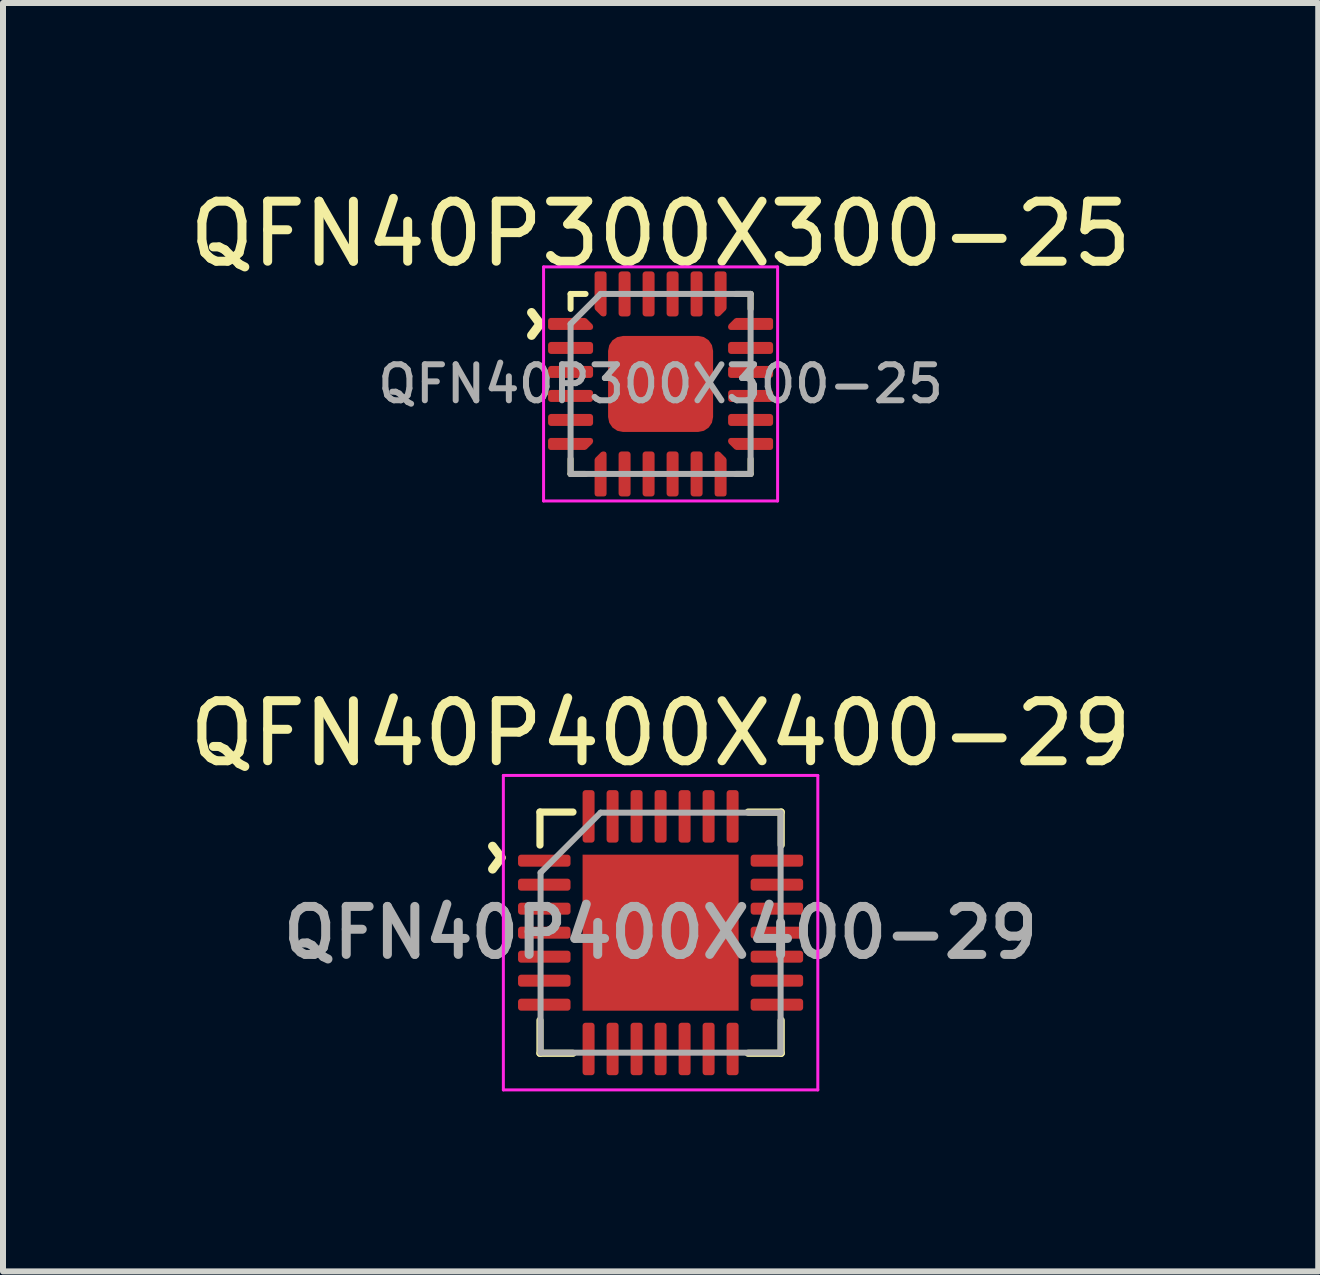
<source format=kicad_pcb>
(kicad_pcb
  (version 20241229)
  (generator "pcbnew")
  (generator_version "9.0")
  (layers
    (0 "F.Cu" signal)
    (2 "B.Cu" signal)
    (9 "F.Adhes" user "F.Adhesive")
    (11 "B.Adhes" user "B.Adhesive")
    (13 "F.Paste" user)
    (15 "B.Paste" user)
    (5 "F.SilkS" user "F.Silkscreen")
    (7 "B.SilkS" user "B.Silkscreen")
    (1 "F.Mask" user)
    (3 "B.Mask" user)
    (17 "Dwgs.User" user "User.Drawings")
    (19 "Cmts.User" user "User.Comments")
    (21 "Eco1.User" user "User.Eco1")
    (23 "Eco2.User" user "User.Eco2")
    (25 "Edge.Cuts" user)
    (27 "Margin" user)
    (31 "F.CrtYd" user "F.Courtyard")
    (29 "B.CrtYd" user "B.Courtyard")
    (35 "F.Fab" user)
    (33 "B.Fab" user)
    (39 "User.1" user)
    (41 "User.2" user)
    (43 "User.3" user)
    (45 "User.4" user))
  (footprint "QFN40P400X400-29"
    (layer "F.Cu")
    (at 7.958 12.492)
    (property "Reference" "QFN40P400X400-29" (at 0 -3.32 0) (layer "F.SilkS") (effects (font (size 1 1) (thickness 0.15))))
    (attr smd)
    (fp_line (start -2.01 -2.01) (end -1.46 -2.01) (stroke (width 0.12) (type solid)) (layer "F.SilkS"))
    (fp_line (start -2.01 -1.46) (end -2.01 -2.01) (stroke (width 0.12) (type solid)) (layer "F.SilkS"))
    (fp_line (start -2.01 2.01) (end -2.01 1.46) (stroke (width 0.12) (type solid)) (layer "F.SilkS"))
    (fp_line (start -1.46 2.01) (end -2.01 2.01) (stroke (width 0.12) (type solid)) (layer "F.SilkS"))
    (fp_line (start 1.46 -2.01) (end 2.01 -2.01) (stroke (width 0.12) (type solid)) (layer "F.SilkS"))
    (fp_line (start 2.01 -2.01) (end 2.01 -1.46) (stroke (width 0.12) (type solid)) (layer "F.SilkS"))
    (fp_line (start 2.01 1.46) (end 2.01 2.01) (stroke (width 0.12) (type solid)) (layer "F.SilkS"))
    (fp_line (start 2.01 2.01) (end 1.46 2.01) (stroke (width 0.12) (type solid)) (layer "F.SilkS"))
    (fp_line (start -2.62 -2.62) (end -2.62 2.62) (stroke (width 0.05) (type solid)) (layer "F.CrtYd"))
    (fp_line (start -2.62 2.62) (end 2.62 2.62) (stroke (width 0.05) (type solid)) (layer "F.CrtYd"))
    (fp_line (start 2.62 -2.62) (end -2.62 -2.62) (stroke (width 0.05) (type solid)) (layer "F.CrtYd"))
    (fp_line (start 2.62 2.62) (end 2.62 -2.62) (stroke (width 0.05) (type solid)) (layer "F.CrtYd"))
    (fp_line (start -2 -1) (end -1 -2) (stroke (width 0.1) (type solid)) (layer "F.Fab"))
    (fp_line (start -2 2) (end -2 -1) (stroke (width 0.1) (type solid)) (layer "F.Fab"))
    (fp_line (start -1 -2) (end 2 -2) (stroke (width 0.1) (type solid)) (layer "F.Fab"))
    (fp_line (start 2 -2) (end 2 2) (stroke (width 0.1) (type solid)) (layer "F.Fab"))
    (fp_line (start 2 2) (end -2 2) (stroke (width 0.1) (type solid)) (layer "F.Fab"))
    (fp_text user "^" (at -3.25 -1.25 270) (unlocked yes) (layer "F.SilkS") (effects (font (size 1 1) (thickness 0.15))))
    (fp_text user "${REFERENCE}" (at 0 0 0) (layer "F.Fab") (effects (font (size 0.8 0.8) (thickness 0.15))))
    (pad "" smd roundrect (at -0.65 -0.65) (size 1.05 1.05) (layers "F.Paste") (roundrect_rratio 0.238))
    (pad "" smd roundrect (at -0.65 0.65) (size 1.05 1.05) (layers "F.Paste") (roundrect_rratio 0.238))
    (pad "" smd roundrect (at 0.65 -0.65) (size 1.05 1.05) (layers "F.Paste") (roundrect_rratio 0.238))
    (pad "" smd roundrect (at 0.65 0.65) (size 1.05 1.05) (layers "F.Paste") (roundrect_rratio 0.238))
    (pad "1" smd roundrect (at -1.938 -1.2) (size 0.875 0.2) (layers "F.Cu" "F.Mask" "F.Paste") (roundrect_rratio 0.25))
    (pad "2" smd roundrect (at -1.938 -0.8) (size 0.875 0.2) (layers "F.Cu" "F.Mask" "F.Paste") (roundrect_rratio 0.25))
    (pad "3" smd roundrect (at -1.938 -0.4) (size 0.875 0.2) (layers "F.Cu" "F.Mask" "F.Paste") (roundrect_rratio 0.25))
    (pad "4" smd roundrect (at -1.938 0) (size 0.875 0.2) (layers "F.Cu" "F.Mask" "F.Paste") (roundrect_rratio 0.25))
    (pad "5" smd roundrect (at -1.938 0.4) (size 0.875 0.2) (layers "F.Cu" "F.Mask" "F.Paste") (roundrect_rratio 0.25))
    (pad "6" smd roundrect (at -1.938 0.8) (size 0.875 0.2) (layers "F.Cu" "F.Mask" "F.Paste") (roundrect_rratio 0.25))
    (pad "7" smd roundrect (at -1.938 1.2) (size 0.875 0.2) (layers "F.Cu" "F.Mask" "F.Paste") (roundrect_rratio 0.25))
    (pad "8" smd roundrect (at -1.2 1.938) (size 0.2 0.875) (layers "F.Cu" "F.Mask" "F.Paste") (roundrect_rratio 0.25))
    (pad "9" smd roundrect (at -0.8 1.938) (size 0.2 0.875) (layers "F.Cu" "F.Mask" "F.Paste") (roundrect_rratio 0.25))
    (pad "10" smd roundrect (at -0.4 1.938) (size 0.2 0.875) (layers "F.Cu" "F.Mask" "F.Paste") (roundrect_rratio 0.25))
    (pad "11" smd roundrect (at 0 1.938) (size 0.2 0.875) (layers "F.Cu" "F.Mask" "F.Paste") (roundrect_rratio 0.25))
    (pad "12" smd roundrect (at 0.4 1.938) (size 0.2 0.875) (layers "F.Cu" "F.Mask" "F.Paste") (roundrect_rratio 0.25))
    (pad "13" smd roundrect (at 0.8 1.938) (size 0.2 0.875) (layers "F.Cu" "F.Mask" "F.Paste") (roundrect_rratio 0.25))
    (pad "14" smd roundrect (at 1.2 1.938) (size 0.2 0.875) (layers "F.Cu" "F.Mask" "F.Paste") (roundrect_rratio 0.25))
    (pad "15" smd roundrect (at 1.938 1.2) (size 0.875 0.2) (layers "F.Cu" "F.Mask" "F.Paste") (roundrect_rratio 0.25))
    (pad "16" smd roundrect (at 1.938 0.8) (size 0.875 0.2) (layers "F.Cu" "F.Mask" "F.Paste") (roundrect_rratio 0.25))
    (pad "17" smd roundrect (at 1.938 0.4) (size 0.875 0.2) (layers "F.Cu" "F.Mask" "F.Paste") (roundrect_rratio 0.25))
    (pad "18" smd roundrect (at 1.938 0) (size 0.875 0.2) (layers "F.Cu" "F.Mask" "F.Paste") (roundrect_rratio 0.25))
    (pad "19" smd roundrect (at 1.938 -0.4) (size 0.875 0.2) (layers "F.Cu" "F.Mask" "F.Paste") (roundrect_rratio 0.25))
    (pad "20" smd roundrect (at 1.938 -0.8) (size 0.875 0.2) (layers "F.Cu" "F.Mask" "F.Paste") (roundrect_rratio 0.25))
    (pad "21" smd roundrect (at 1.938 -1.2) (size 0.875 0.2) (layers "F.Cu" "F.Mask" "F.Paste") (roundrect_rratio 0.25))
    (pad "22" smd roundrect (at 1.2 -1.938) (size 0.2 0.875) (layers "F.Cu" "F.Mask" "F.Paste") (roundrect_rratio 0.25))
    (pad "23" smd roundrect (at 0.8 -1.938) (size 0.2 0.875) (layers "F.Cu" "F.Mask" "F.Paste") (roundrect_rratio 0.25))
    (pad "24" smd roundrect (at 0.4 -1.938) (size 0.2 0.875) (layers "F.Cu" "F.Mask" "F.Paste") (roundrect_rratio 0.25))
    (pad "25" smd roundrect (at 0 -1.938) (size 0.2 0.875) (layers "F.Cu" "F.Mask" "F.Paste") (roundrect_rratio 0.25))
    (pad "26" smd roundrect (at -0.4 -1.938) (size 0.2 0.875) (layers "F.Cu" "F.Mask" "F.Paste") (roundrect_rratio 0.25))
    (pad "27" smd roundrect (at -0.8 -1.938) (size 0.2 0.875) (layers "F.Cu" "F.Mask" "F.Paste") (roundrect_rratio 0.25))
    (pad "28" smd roundrect (at -1.2 -1.938) (size 0.2 0.875) (layers "F.Cu" "F.Mask" "F.Paste") (roundrect_rratio 0.25))
    (pad "29" smd rect (at 0 0) (size 2.6 2.6) (layers "F.Cu" "F.Mask")))
  (footprint "QFN40P300X300-25"
    (layer "F.Cu")
    (at 7.958 3.348)
    (property "Reference" "QFN40P300X300-25" (at 0 -2.5 0) (layer "F.SilkS") (effects (font (size 1 1) (thickness 0.15))))
    (attr smd)
    (fp_line (start -1.5 -1.5) (end -1.25 -1.5) (stroke (width 0.1) (type solid)) (layer "F.SilkS"))
    (fp_line (start -1.5 -1.25) (end -1.5 -1.5) (stroke (width 0.1) (type solid)) (layer "F.SilkS"))
    (fp_line (start -1.5 1.5) (end -1.5 1.25) (stroke (width 0.1) (type solid)) (layer "F.SilkS"))
    (fp_line (start -1.25 1.5) (end -1.5 1.5) (stroke (width 0.1) (type solid)) (layer "F.SilkS"))
    (fp_line (start 1.25 -1.5) (end 1.5 -1.5) (stroke (width 0.1) (type solid)) (layer "F.SilkS"))
    (fp_line (start 1.5 -1.5) (end 1.5 -1.25) (stroke (width 0.1) (type solid)) (layer "F.SilkS"))
    (fp_line (start 1.5 1.25) (end 1.5 1.5) (stroke (width 0.1) (type solid)) (layer "F.SilkS"))
    (fp_line (start 1.5 1.5) (end 1.25 1.5) (stroke (width 0.1) (type solid)) (layer "F.SilkS"))
    (fp_line (start -1.95 -1.95) (end -1.95 1.95) (stroke (width 0.05) (type solid)) (layer "F.CrtYd"))
    (fp_line (start -1.95 1.95) (end 1.95 1.95) (stroke (width 0.05) (type solid)) (layer "F.CrtYd"))
    (fp_line (start 1.95 -1.95) (end -1.95 -1.95) (stroke (width 0.05) (type solid)) (layer "F.CrtYd"))
    (fp_line (start 1.95 1.95) (end 1.95 -1.95) (stroke (width 0.05) (type solid)) (layer "F.CrtYd"))
    (fp_line (start -1.5 -1) (end -1 -1.5) (stroke (width 0.1) (type solid)) (layer "F.Fab"))
    (fp_line (start -1.5 1.5) (end -1.5 -1) (stroke (width 0.1) (type solid)) (layer "F.Fab"))
    (fp_line (start -1 -1.5) (end 1.5 -1.5) (stroke (width 0.1) (type solid)) (layer "F.Fab"))
    (fp_line (start 1.5 -1.5) (end 1.5 1.5) (stroke (width 0.1) (type solid)) (layer "F.Fab"))
    (fp_line (start 1.5 1.5) (end -1.5 1.5) (stroke (width 0.1) (type solid)) (layer "F.Fab"))
    (fp_text user "^" (at -2.6 -1 270) (unlocked yes) (layer "F.SilkS") (effects (font (size 1 1) (thickness 0.15))))
    (fp_text user "${REFERENCE}" (at 0 0 0) (layer "F.Fab") (effects (font (size 0.6 0.6) (thickness 0.1))))
    (pad "" smd roundrect (at -0.44 -0.4) (size 0.71 0.64) (layers "F.Paste") (roundrect_rratio 0.25))
    (pad "" smd roundrect (at -0.44 0.4) (size 0.71 0.64) (layers "F.Paste") (roundrect_rratio 0.25))
    (pad "" smd roundrect (at 0.44 -0.4) (size 0.71 0.64) (layers "F.Paste") (roundrect_rratio 0.25))
    (pad "" smd roundrect (at 0.44 0.4) (size 0.71 0.64) (layers "F.Paste") (roundrect_rratio 0.25))
    (pad "1" smd custom (at -1.5 -1) (size 0.115 0.115) (layers "F.Cu" "F.Mask" "F.Paste") (options (anchor circle)) (primitives (gr_poly (pts (xy -0.335 -0.06) (xy 0.238 -0.06) (xy 0.335 0.037) (xy 0.335 0.06) (xy -0.335 0.06)) (width 0.08) (fill yes))))
    (pad "2" smd roundrect (at -1.5 -0.6) (size 0.75 0.2) (layers "F.Cu" "F.Mask" "F.Paste") (roundrect_rratio 0.25))
    (pad "3" smd roundrect (at -1.5 -0.2) (size 0.75 0.2) (layers "F.Cu" "F.Mask" "F.Paste") (roundrect_rratio 0.25))
    (pad "4" smd roundrect (at -1.5 0.2) (size 0.75 0.2) (layers "F.Cu" "F.Mask" "F.Paste") (roundrect_rratio 0.25))
    (pad "5" smd roundrect (at -1.5 0.6) (size 0.75 0.2) (layers "F.Cu" "F.Mask" "F.Paste") (roundrect_rratio 0.25))
    (pad "6" smd custom (at -1.5 1) (size 0.115 0.115) (layers "F.Cu" "F.Mask" "F.Paste") (options (anchor circle)) (primitives (gr_poly (pts (xy -0.335 -0.06) (xy 0.335 -0.06) (xy 0.335 -0.037) (xy 0.238 0.06) (xy -0.335 0.06)) (width 0.08) (fill yes))))
    (pad "7" smd custom (at -1 1.5) (size 0.115 0.115) (layers "F.Cu" "F.Mask" "F.Paste") (options (anchor circle)) (primitives (gr_poly (pts (xy -0.06 -0.238) (xy 0.037 -0.335) (xy 0.06 -0.335) (xy 0.06 0.335) (xy -0.06 0.335)) (width 0.08) (fill yes))))
    (pad "8" smd roundrect (at -0.6 1.5) (size 0.2 0.75) (layers "F.Cu" "F.Mask" "F.Paste") (roundrect_rratio 0.25))
    (pad "9" smd roundrect (at -0.2 1.5) (size 0.2 0.75) (layers "F.Cu" "F.Mask" "F.Paste") (roundrect_rratio 0.25))
    (pad "10" smd roundrect (at 0.2 1.5) (size 0.2 0.75) (layers "F.Cu" "F.Mask" "F.Paste") (roundrect_rratio 0.25))
    (pad "11" smd roundrect (at 0.6 1.5) (size 0.2 0.75) (layers "F.Cu" "F.Mask" "F.Paste") (roundrect_rratio 0.25))
    (pad "12" smd custom (at 1 1.5) (size 0.115 0.115) (layers "F.Cu" "F.Mask" "F.Paste") (options (anchor circle)) (primitives (gr_poly (pts (xy -0.06 -0.335) (xy -0.037 -0.335) (xy 0.06 -0.238) (xy 0.06 0.335) (xy -0.06 0.335)) (width 0.08) (fill yes))))
    (pad "13" smd custom (at 1.5 1) (size 0.115 0.115) (layers "F.Cu" "F.Mask" "F.Paste") (options (anchor circle)) (primitives (gr_poly (pts (xy -0.335 -0.06) (xy 0.335 -0.06) (xy 0.335 0.06) (xy -0.238 0.06) (xy -0.335 -0.037)) (width 0.08) (fill yes))))
    (pad "14" smd roundrect (at 1.5 0.6) (size 0.75 0.2) (layers "F.Cu" "F.Mask" "F.Paste") (roundrect_rratio 0.25))
    (pad "15" smd roundrect (at 1.5 0.2) (size 0.75 0.2) (layers "F.Cu" "F.Mask" "F.Paste") (roundrect_rratio 0.25))
    (pad "16" smd roundrect (at 1.5 -0.2) (size 0.75 0.2) (layers "F.Cu" "F.Mask" "F.Paste") (roundrect_rratio 0.25))
    (pad "17" smd roundrect (at 1.5 -0.6) (size 0.75 0.2) (layers "F.Cu" "F.Mask" "F.Paste") (roundrect_rratio 0.25))
    (pad "18" smd custom (at 1.5 -1) (size 0.115 0.115) (layers "F.Cu" "F.Mask" "F.Paste") (options (anchor circle)) (primitives (gr_poly (pts (xy -0.335 0.037) (xy -0.238 -0.06) (xy 0.335 -0.06) (xy 0.335 0.06) (xy -0.335 0.06)) (width 0.08) (fill yes))))
    (pad "19" smd custom (at 1 -1.5) (size 0.115 0.115) (layers "F.Cu" "F.Mask" "F.Paste") (options (anchor circle)) (primitives (gr_poly (pts (xy -0.06 -0.335) (xy 0.06 -0.335) (xy 0.06 0.238) (xy -0.037 0.335) (xy -0.06 0.335)) (width 0.08) (fill yes))))
    (pad "20" smd roundrect (at 0.6 -1.5) (size 0.2 0.75) (layers "F.Cu" "F.Mask" "F.Paste") (roundrect_rratio 0.25))
    (pad "21" smd roundrect (at 0.2 -1.5) (size 0.2 0.75) (layers "F.Cu" "F.Mask" "F.Paste") (roundrect_rratio 0.25))
    (pad "22" smd roundrect (at -0.2 -1.5) (size 0.2 0.75) (layers "F.Cu" "F.Mask" "F.Paste") (roundrect_rratio 0.25))
    (pad "23" smd roundrect (at -0.6 -1.5) (size 0.2 0.75) (layers "F.Cu" "F.Mask" "F.Paste") (roundrect_rratio 0.25))
    (pad "24" smd custom (at -1 -1.5) (size 0.115 0.115) (layers "F.Cu" "F.Mask" "F.Paste") (options (anchor circle)) (primitives (gr_poly (pts (xy -0.06 -0.335) (xy 0.06 -0.335) (xy 0.06 0.335) (xy 0.037 0.335) (xy -0.06 0.238)) (width 0.08) (fill yes))))
    (pad "25" smd roundrect (at 0 0) (size 1.75 1.6) (layers "F.Cu" "F.Mask") (roundrect_rratio 0.156)))
  (gr_rect
    (start -3 -3)
    (end 18.917 18.137)
    (stroke (width 0.1) (type default))
    (fill no)
    (layer "Edge.Cuts")))
</source>
